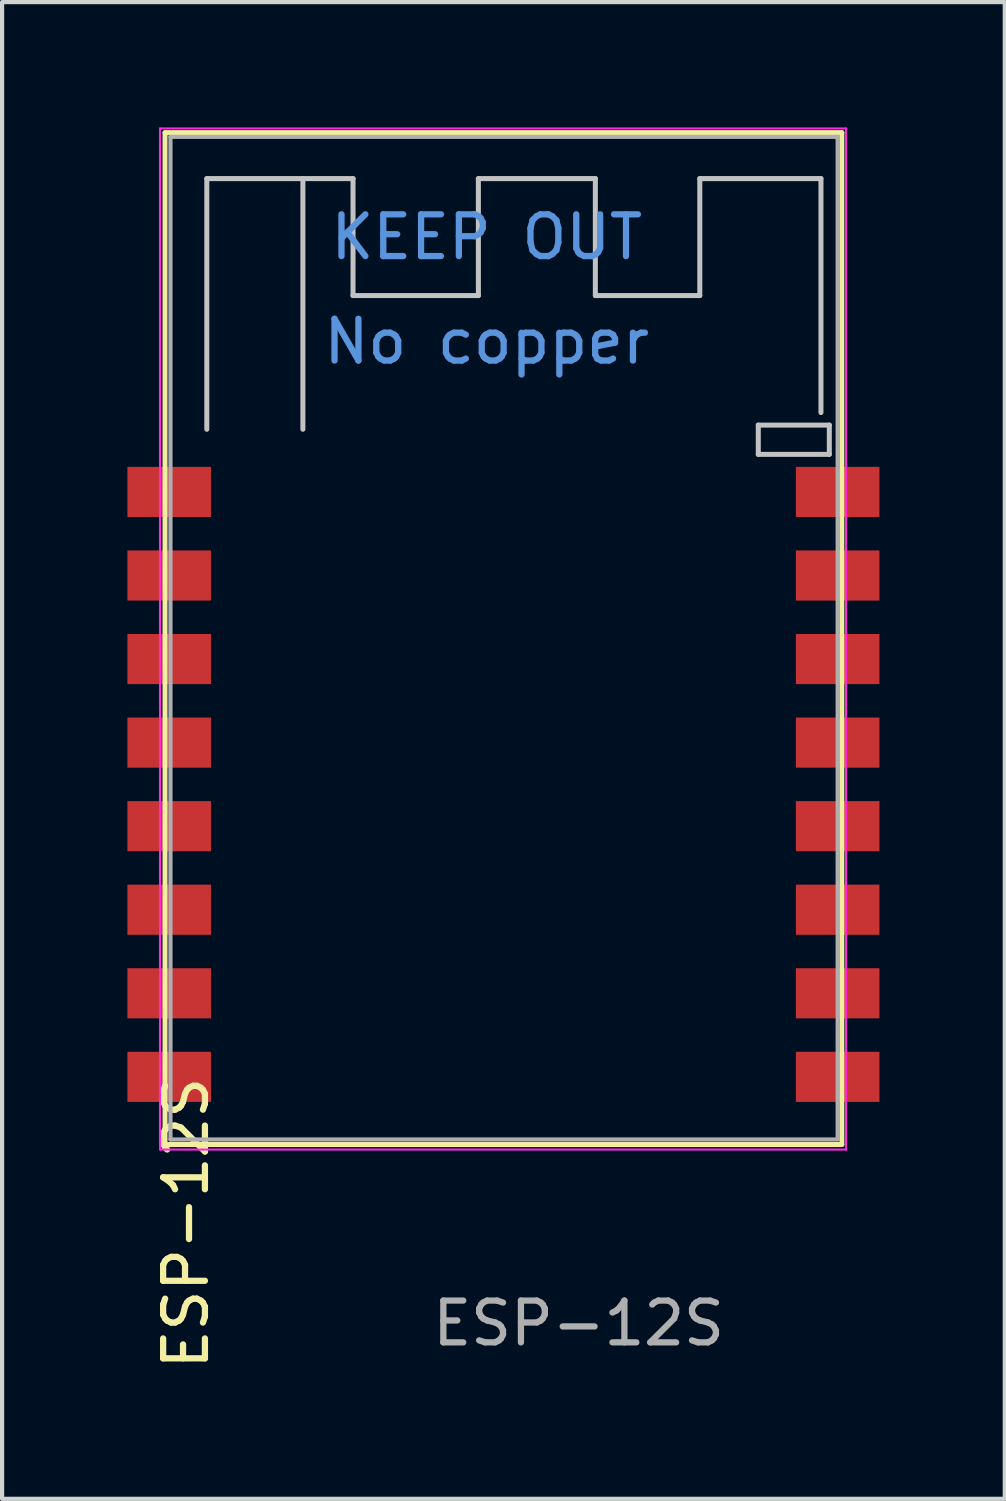
<source format=kicad_pcb>
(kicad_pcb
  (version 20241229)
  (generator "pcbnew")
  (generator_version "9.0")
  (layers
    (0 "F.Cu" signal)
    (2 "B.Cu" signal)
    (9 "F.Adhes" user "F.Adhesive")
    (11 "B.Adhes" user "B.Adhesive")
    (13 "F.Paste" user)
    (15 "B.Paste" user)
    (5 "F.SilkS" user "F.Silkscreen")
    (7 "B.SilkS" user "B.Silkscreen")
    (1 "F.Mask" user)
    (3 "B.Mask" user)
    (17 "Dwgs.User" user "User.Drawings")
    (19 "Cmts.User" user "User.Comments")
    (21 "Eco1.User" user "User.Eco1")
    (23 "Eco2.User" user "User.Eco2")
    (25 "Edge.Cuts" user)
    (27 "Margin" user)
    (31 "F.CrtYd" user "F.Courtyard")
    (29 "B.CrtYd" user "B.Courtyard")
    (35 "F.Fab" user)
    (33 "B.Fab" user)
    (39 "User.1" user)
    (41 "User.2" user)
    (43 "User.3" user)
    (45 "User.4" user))
  (footprint "ESP-12S"
    (layer "F.Cu")
    (at 1 24.225)
    (property "Reference" "ESP-12S" (at 0.4 2 270) (layer "F.SilkS") (effects (font (size 1 1) (thickness 0.15))))
    (attr through_hole)
    (fp_line (start -0.1 0.12) (end -0.1 -24.1) (stroke (width 0.12) (type solid)) (layer "F.SilkS"))
    (fp_line (start -0.1 0.12) (end 16.1 0.12) (stroke (width 0.12) (type solid)) (layer "F.SilkS"))
    (fp_line (start 16.1 -24.1) (end -0.1 -24.1) (stroke (width 0.12) (type solid)) (layer "F.SilkS"))
    (fp_line (start 16.1 0.12) (end 16.1 -24.1) (stroke (width 0.12) (type solid)) (layer "F.SilkS"))
    (fp_line (start 0.9 -23) (end 4.4 -23) (stroke (width 0.12) (type solid)) (layer "Dwgs.User"))
    (fp_line (start 0.9 -17) (end 0.9 -23) (stroke (width 0.12) (type solid)) (layer "Dwgs.User"))
    (fp_line (start 3.2 -23) (end 3.2 -17) (stroke (width 0.12) (type solid)) (layer "Dwgs.User"))
    (fp_line (start 4.4 -23) (end 4.4 -20.2) (stroke (width 0.12) (type solid)) (layer "Dwgs.User"))
    (fp_line (start 4.4 -20.2) (end 7.4 -20.2) (stroke (width 0.12) (type solid)) (layer "Dwgs.User"))
    (fp_line (start 7.4 -23) (end 10.2 -23) (stroke (width 0.12) (type solid)) (layer "Dwgs.User"))
    (fp_line (start 7.4 -20.2) (end 7.4 -23) (stroke (width 0.12) (type solid)) (layer "Dwgs.User"))
    (fp_line (start 10.2 -23) (end 10.2 -20.2) (stroke (width 0.12) (type solid)) (layer "Dwgs.User"))
    (fp_line (start 10.2 -20.2) (end 12.7 -20.2) (stroke (width 0.12) (type solid)) (layer "Dwgs.User"))
    (fp_line (start 12.7 -23) (end 15.6 -23) (stroke (width 0.12) (type solid)) (layer "Dwgs.User"))
    (fp_line (start 12.7 -20.2) (end 12.7 -23) (stroke (width 0.12) (type solid)) (layer "Dwgs.User"))
    (fp_line (start 14.1 -17.1) (end 14.1 -16.4) (stroke (width 0.12) (type solid)) (layer "Dwgs.User"))
    (fp_line (start 14.1 -16.4) (end 15.8 -16.4) (stroke (width 0.12) (type solid)) (layer "Dwgs.User"))
    (fp_line (start 15.6 -23) (end 15.6 -17.4) (stroke (width 0.12) (type solid)) (layer "Dwgs.User"))
    (fp_line (start 15.8 -17.1) (end 14.1 -17.1) (stroke (width 0.12) (type solid)) (layer "Dwgs.User"))
    (fp_line (start 15.8 -16.4) (end 15.8 -17.1) (stroke (width 0.12) (type solid)) (layer "Dwgs.User"))
    (fp_line (start -0.22 -24.2) (end 16.2 -24.2) (stroke (width 0.05) (type solid)) (layer "F.CrtYd"))
    (fp_line (start -0.22 0.24) (end -0.22 -24.2) (stroke (width 0.05) (type solid)) (layer "F.CrtYd"))
    (fp_line (start 16.2 -24.2) (end 16.2 0.24) (stroke (width 0.05) (type solid)) (layer "F.CrtYd"))
    (fp_line (start 16.2 0.24) (end -0.22 0.24) (stroke (width 0.05) (type solid)) (layer "F.CrtYd"))
    (fp_line (start 0.03 -24) (end 0.03 0) (stroke (width 0.1) (type solid)) (layer "F.Fab"))
    (fp_line (start 0.03 0) (end 16 0) (stroke (width 0.1) (type solid)) (layer "F.Fab"))
    (fp_line (start 16 -24) (end 0.03 -24) (stroke (width 0.1) (type solid)) (layer "F.Fab"))
    (fp_line (start 16 -0.01) (end 16 -24) (stroke (width 0.1) (type solid)) (layer "F.Fab"))
    (fp_text user "KEEP OUT" (at 7.6 -21.6 180) (layer "Cmts.User") (effects (font (size 1 1) (thickness 0.15))))
    (fp_text user "No copper" (at 7.6 -19.1 180) (layer "Cmts.User") (effects (font (size 1 1) (thickness 0.15))))
    (fp_text user "${REFERENCE}" (at 9.8 4.4 180) (layer "F.Fab") (effects (font (size 1 1) (thickness 0.15))))
    (pad "1" smd rect (at 0 -15.5) (size 2 1.2) (layers "F.Cu" "F.Mask" "F.Paste"))
    (pad "2" smd rect (at 0 -13.5) (size 2 1.2) (layers "F.Cu" "F.Mask" "F.Paste"))
    (pad "3" smd rect (at 0 -11.5) (size 2 1.2) (layers "F.Cu" "F.Mask" "F.Paste"))
    (pad "4" smd rect (at 0 -9.5) (size 2 1.2) (layers "F.Cu" "F.Mask" "F.Paste"))
    (pad "5" smd rect (at 0 -7.5) (size 2 1.2) (layers "F.Cu" "F.Mask" "F.Paste"))
    (pad "6" smd rect (at 0 -5.5) (size 2 1.2) (layers "F.Cu" "F.Mask" "F.Paste"))
    (pad "7" smd rect (at 0 -3.5) (size 2 1.2) (layers "F.Cu" "F.Mask" "F.Paste"))
    (pad "8" smd rect (at 0 -1.5) (size 2 1.2) (layers "F.Cu" "F.Mask" "F.Paste"))
    (pad "9" smd rect (at 16 -1.5) (size 2 1.2) (layers "F.Cu" "F.Mask" "F.Paste"))
    (pad "10" smd rect (at 16 -3.5) (size 2 1.2) (layers "F.Cu" "F.Mask" "F.Paste"))
    (pad "11" smd rect (at 16 -5.5) (size 2 1.2) (layers "F.Cu" "F.Mask" "F.Paste"))
    (pad "12" smd rect (at 16 -7.5) (size 2 1.2) (layers "F.Cu" "F.Mask" "F.Paste"))
    (pad "13" smd rect (at 16 -9.5) (size 2 1.2) (layers "F.Cu" "F.Mask" "F.Paste"))
    (pad "14" smd rect (at 16 -11.5) (size 2 1.2) (layers "F.Cu" "F.Mask" "F.Paste"))
    (pad "15" smd rect (at 16 -13.5) (size 2 1.2) (layers "F.Cu" "F.Mask" "F.Paste"))
    (pad "16" smd rect (at 16 -15.5) (size 2 1.2) (layers "F.Cu" "F.Mask" "F.Paste")))
  (gr_rect
    (start -3 -3)
    (end 21 32.826)
    (stroke (width 0.1) (type default))
    (fill no)
    (layer "Edge.Cuts")))
</source>
